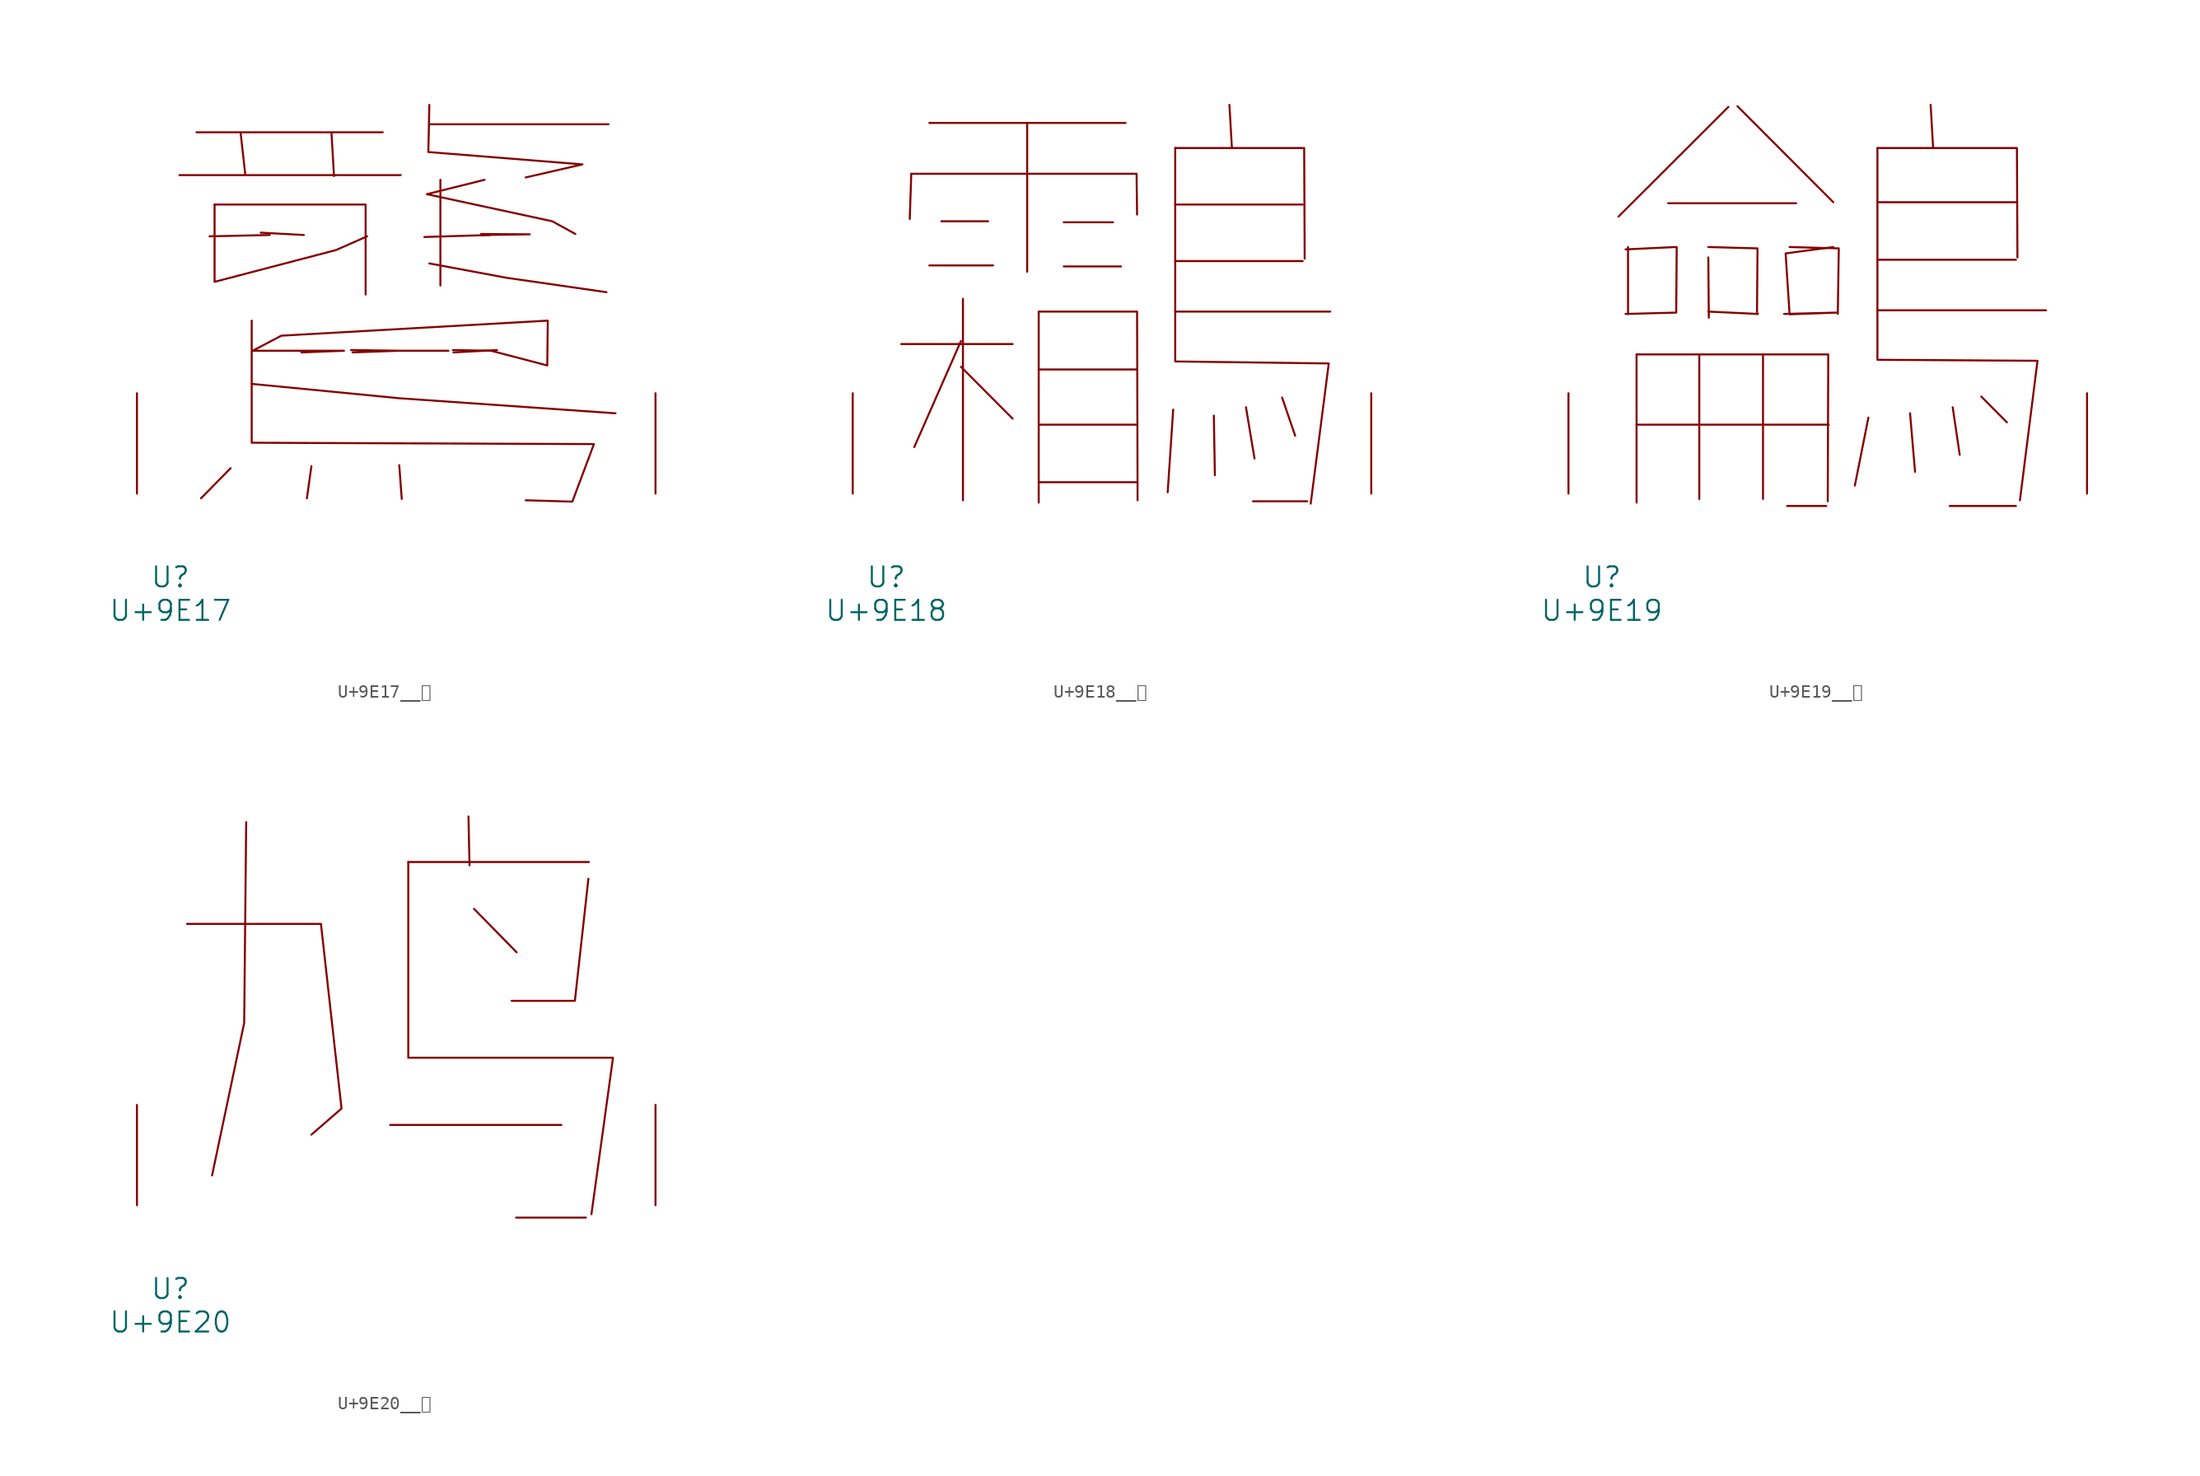
<source format=kicad_sym>
(kicad_symbol_lib
  (version 20231120)
  (generator "kicad_symbol_editor")
  (generator_version "8.0")
  (symbol "U+9E17__鸗"
    (pin_names
      (offset 1.016))
    (property "Reference" "U"
      (at 0 -6.35 0)
      (effects (font (size 1.524 1.524))))
    (property "Value" "U+9E17"
      (at 0 -8.89 0)
      (effects (font (size 1.524 1.524))))
    (symbol "U+9E17__鸗_0_1"
      (polyline (pts (xy 0.686 24.181) (xy 17.488 24.181)) (stroke (width 0) (type solid)) (fill (type none)))
      (polyline (pts (xy 1.981 27.432) (xy 16.116 27.432)) (stroke (width 0) (type solid)) (fill (type none)))
      (polyline (pts (xy 4.572 1.93) (xy 2.324 -0.356)) (stroke (width 0) (type solid)) (fill (type none)))
      (polyline (pts (xy 5.334 27.356) (xy 5.677 24.282)) (stroke (width 0) (type solid)) (fill (type none)))
      (polyline (pts (xy 7.544 19.634) (xy 2.972 19.533)) (stroke (width 0) (type solid)) (fill (type none)))
      (polyline (pts (xy 10.135 19.634) (xy 6.858 19.812)) (stroke (width 0) (type solid)) (fill (type none)))
      (polyline (pts (xy 10.706 2.083) (xy 10.363 -0.356)) (stroke (width 0) (type solid)) (fill (type none)))
      (polyline (pts (xy 12.23 27.356) (xy 12.421 24.105)) (stroke (width 0) (type solid)) (fill (type none)))
      (polyline (pts (xy 17.374 2.159) (xy 17.564 -0.406)) (stroke (width 0) (type solid)) (fill (type none)))
      (polyline (pts (xy 19.66 28.042) (xy 33.261 28.042)) (stroke (width 0) (type solid)) (fill (type none)))
      (polyline (pts (xy 20.498 23.825) (xy 20.498 15.799)) (stroke (width 0) (type solid)) (fill (type none)))
      (polyline (pts (xy 21.488 10.719) (xy 24.803 10.897)) (stroke (width 0) (type solid)) (fill (type none)))
      (polyline (pts (xy 24.27 19.634) (xy 19.279 19.482)) (stroke (width 0) (type solid)) (fill (type none)))
      (polyline (pts (xy 3.353 21.946) (xy 14.821 21.946) (xy 14.821 15.113)) (stroke (width 0) (type solid)) (fill (type none)))
      (polyline (pts (xy 6.172 8.331) (xy 17.374 7.239) (xy 33.795 6.096)) (stroke (width 0) (type solid)) (fill (type none)))
      (polyline (pts (xy 19.66 17.475) (xy 25.527 16.383) (xy 33.109 15.291)) (stroke (width 0) (type solid)) (fill (type none)))
      (polyline (pts (xy 23.66 19.634) (xy 27.28 19.685) (xy 23.584 19.71)) (stroke (width 0) (type solid)) (fill (type none)))
      (polyline (pts (xy 3.353 21.946) (xy 3.353 16.078) (xy 12.573 18.491) (xy 14.935 19.533)) (stroke (width 0) (type solid)) (fill (type none)))
      (polyline (pts (xy 19.66 29.515) (xy 19.583 25.933) (xy 31.28 24.994) (xy 26.975 24.003)) (stroke (width 0) (type solid)) (fill (type none)))
      (polyline (pts (xy 23.851 23.825) (xy 19.469 22.733) (xy 28.994 20.676) (xy 30.747 19.71)) (stroke (width 0) (type solid)) (fill (type none)))
      (polyline (pts (xy 6.172 13.132) (xy 6.172 3.861) (xy 32.156 3.759) (xy 30.518 -0.61) (xy 26.975 -0.508)) (stroke (width 0) (type solid)) (fill (type none)))
      (polyline (pts (xy 13.83 10.719) (xy 17.335 10.846) (xy 21.107 10.846) (xy 17.488 10.846) (xy 13.716 10.897)) (stroke (width 0) (type solid)) (fill (type none)))
      (polyline (pts (xy 9.944 10.719) (xy 13.183 10.846) (xy 9.982 10.846) (xy 6.248 10.846) (xy 8.42 11.989) (xy 28.651 13.132) (xy 28.613 9.728) (xy 24.346 10.846) (xy 21.45 10.897)) (stroke (width 0) (type solid)) (fill (type none)))
      (pin input line (at -2.54 0 90) (length 7.62) (name "~" (effects (font (size 1.27 1.27)))) (number "~" (effects (font (size 1.27 1.27)))))
      (pin input line (at 36.83 0 90) (length 7.62) (name "~" (effects (font (size 1.27 1.27)))) (number "~" (effects (font (size 1.27 1.27)))))))
  (symbol "U+9E18__鸘"
    (pin_names
      (offset 1.016))
    (property "Reference" "U"
      (at 0 -6.35 0)
      (effects (font (size 1.524 1.524))))
    (property "Value" "U+9E18"
      (at 0 -8.89 0)
      (effects (font (size 1.524 1.524))))
    (symbol "U+9E18__鸘_0_1"
      (polyline (pts (xy 1.143 11.354) (xy 9.601 11.354)) (stroke (width 0) (type solid)) (fill (type none)))
      (polyline (pts (xy 1.905 24.282) (xy 1.791 20.853)) (stroke (width 0) (type solid)) (fill (type none)))
      (polyline (pts (xy 3.277 17.323) (xy 8.115 17.323)) (stroke (width 0) (type solid)) (fill (type none)))
      (polyline (pts (xy 3.277 28.143) (xy 18.174 28.143)) (stroke (width 0) (type solid)) (fill (type none)))
      (polyline (pts (xy 4.191 20.676) (xy 7.734 20.676)) (stroke (width 0) (type solid)) (fill (type none)))
      (polyline (pts (xy 5.677 9.627) (xy 9.601 5.69)) (stroke (width 0) (type solid)) (fill (type none)))
      (polyline (pts (xy 5.677 11.582) (xy 2.134 3.531)) (stroke (width 0) (type solid)) (fill (type none)))
      (polyline (pts (xy 5.829 14.783) (xy 5.829 -0.508)) (stroke (width 0) (type solid)) (fill (type none)))
      (polyline (pts (xy 10.706 28.143) (xy 10.706 16.84)) (stroke (width 0) (type solid)) (fill (type none)))
      (polyline (pts (xy 11.582 0.864) (xy 19.05 0.864)) (stroke (width 0) (type solid)) (fill (type none)))
      (polyline (pts (xy 11.582 5.232) (xy 19.05 5.232)) (stroke (width 0) (type solid)) (fill (type none)))
      (polyline (pts (xy 11.582 9.423) (xy 19.05 9.423)) (stroke (width 0) (type solid)) (fill (type none)))
      (polyline (pts (xy 11.582 13.818) (xy 11.582 -0.686)) (stroke (width 0) (type solid)) (fill (type none)))
      (polyline (pts (xy 13.487 17.247) (xy 17.831 17.247)) (stroke (width 0) (type solid)) (fill (type none)))
      (polyline (pts (xy 13.487 20.599) (xy 17.221 20.599)) (stroke (width 0) (type solid)) (fill (type none)))
      (polyline (pts (xy 21.793 6.375) (xy 21.374 0.102)) (stroke (width 0) (type solid)) (fill (type none)))
      (polyline (pts (xy 21.946 13.818) (xy 33.718 13.818)) (stroke (width 0) (type solid)) (fill (type none)))
      (polyline (pts (xy 21.946 17.653) (xy 31.623 17.653)) (stroke (width 0) (type solid)) (fill (type none)))
      (polyline (pts (xy 21.946 21.946) (xy 31.623 21.946)) (stroke (width 0) (type solid)) (fill (type none)))
      (polyline (pts (xy 24.879 5.918) (xy 24.956 1.397)) (stroke (width 0) (type solid)) (fill (type none)))
      (polyline (pts (xy 26.06 29.515) (xy 26.251 26.238)) (stroke (width 0) (type solid)) (fill (type none)))
      (polyline (pts (xy 27.318 6.553) (xy 27.965 2.667)) (stroke (width 0) (type solid)) (fill (type none)))
      (polyline (pts (xy 30.061 7.29) (xy 31.052 4.394)) (stroke (width 0) (type solid)) (fill (type none)))
      (polyline (pts (xy 31.966 -0.584) (xy 27.851 -0.584)) (stroke (width 0) (type solid)) (fill (type none)))
      (polyline (pts (xy 1.905 24.282) (xy 19.012 24.282) (xy 19.05 21.184)) (stroke (width 0) (type solid)) (fill (type none)))
      (polyline (pts (xy 11.582 13.818) (xy 19.05 13.818) (xy 19.088 -0.508)) (stroke (width 0) (type solid)) (fill (type none)))
      (polyline (pts (xy 21.946 26.238) (xy 31.737 26.238) (xy 31.775 17.831)) (stroke (width 0) (type solid)) (fill (type none)))
      (polyline (pts (xy 21.946 26.238) (xy 21.946 10.033) (xy 33.604 9.881) (xy 32.233 -0.762)) (stroke (width 0) (type solid)) (fill (type none)))
      (pin input line (at -2.54 0 90) (length 7.62) (name "~" (effects (font (size 1.27 1.27)))) (number "~" (effects (font (size 1.27 1.27)))))
      (pin input line (at 36.83 0 90) (length 7.62) (name "~" (effects (font (size 1.27 1.27)))) (number "~" (effects (font (size 1.27 1.27)))))))
  (symbol "U+9E19__鸙"
    (pin_names
      (offset 1.016))
    (property "Reference" "U"
      (at 0 -6.35 0)
      (effects (font (size 1.524 1.524))))
    (property "Value" "U+9E19"
      (at 0 -8.89 0)
      (effects (font (size 1.524 1.524))))
    (symbol "U+9E19__鸙_0_1"
      (polyline (pts (xy 1.981 18.72) (xy 1.981 13.64)) (stroke (width 0) (type solid)) (fill (type none)))
      (polyline (pts (xy 2.629 5.232) (xy 17.221 5.232)) (stroke (width 0) (type solid)) (fill (type none)))
      (polyline (pts (xy 2.629 10.566) (xy 2.629 -0.686)) (stroke (width 0) (type solid)) (fill (type none)))
      (polyline (pts (xy 5.029 22.047) (xy 14.745 22.047)) (stroke (width 0) (type solid)) (fill (type none)))
      (polyline (pts (xy 5.601 18.72) (xy 1.791 18.542)) (stroke (width 0) (type solid)) (fill (type none)))
      (polyline (pts (xy 7.391 10.566) (xy 7.391 -0.406)) (stroke (width 0) (type solid)) (fill (type none)))
      (polyline (pts (xy 8.077 13.818) (xy 11.849 13.64)) (stroke (width 0) (type solid)) (fill (type none)))
      (polyline (pts (xy 8.077 17.932) (xy 8.115 13.36)) (stroke (width 0) (type solid)) (fill (type none)))
      (polyline (pts (xy 9.601 29.362) (xy 1.257 21.031)) (stroke (width 0) (type solid)) (fill (type none)))
      (polyline (pts (xy 10.287 29.413) (xy 17.564 22.123)) (stroke (width 0) (type solid)) (fill (type none)))
      (polyline (pts (xy 12.23 10.566) (xy 12.23 -0.406)) (stroke (width 0) (type solid)) (fill (type none)))
      (polyline (pts (xy 14.059 -0.94) (xy 17.031 -0.94)) (stroke (width 0) (type solid)) (fill (type none)))
      (polyline (pts (xy 20.231 5.766) (xy 19.202 0.61)) (stroke (width 0) (type solid)) (fill (type none)))
      (polyline (pts (xy 20.917 13.919) (xy 33.718 13.919)) (stroke (width 0) (type solid)) (fill (type none)))
      (polyline (pts (xy 20.917 17.755) (xy 31.433 17.755)) (stroke (width 0) (type solid)) (fill (type none)))
      (polyline (pts (xy 20.917 22.123) (xy 31.433 22.123)) (stroke (width 0) (type solid)) (fill (type none)))
      (polyline (pts (xy 23.393 6.096) (xy 23.774 1.651)) (stroke (width 0) (type solid)) (fill (type none)))
      (polyline (pts (xy 24.956 29.515) (xy 25.146 26.238)) (stroke (width 0) (type solid)) (fill (type none)))
      (polyline (pts (xy 26.403 -0.94) (xy 31.433 -0.94)) (stroke (width 0) (type solid)) (fill (type none)))
      (polyline (pts (xy 26.632 6.553) (xy 27.165 2.946)) (stroke (width 0) (type solid)) (fill (type none)))
      (polyline (pts (xy 28.804 7.366) (xy 30.747 5.41)) (stroke (width 0) (type solid)) (fill (type none)))
      (polyline (pts (xy 2.629 10.566) (xy 17.183 10.566) (xy 17.145 -0.584)) (stroke (width 0) (type solid)) (fill (type none)))
      (polyline (pts (xy 5.677 18.72) (xy 5.639 13.741) (xy 1.791 13.64)) (stroke (width 0) (type solid)) (fill (type none)))
      (polyline (pts (xy 8.077 18.72) (xy 11.811 18.618) (xy 11.773 13.64)) (stroke (width 0) (type solid)) (fill (type none)))
      (polyline (pts (xy 14.249 18.72) (xy 17.983 18.618) (xy 17.907 13.64)) (stroke (width 0) (type solid)) (fill (type none)))
      (polyline (pts (xy 20.917 26.238) (xy 31.509 26.238) (xy 31.547 17.932)) (stroke (width 0) (type solid)) (fill (type none)))
      (polyline (pts (xy 20.917 26.238) (xy 20.917 10.16) (xy 33.071 10.084) (xy 31.737 -0.508)) (stroke (width 0) (type solid)) (fill (type none)))
      (polyline (pts (xy 17.564 18.72) (xy 13.945 18.237) (xy 14.249 13.614) (xy 17.793 13.741) (xy 13.83 13.64)) (stroke (width 0) (type solid)) (fill (type none)))
      (pin input line (at -2.54 0 90) (length 7.62) (name "~" (effects (font (size 1.27 1.27)))) (number "~" (effects (font (size 1.27 1.27)))))
      (pin input line (at 36.83 0 90) (length 7.62) (name "~" (effects (font (size 1.27 1.27)))) (number "~" (effects (font (size 1.27 1.27)))))))
  (symbol "U+9E20__鸠"
    (pin_names
      (offset 1.016))
    (property "Reference" "U"
      (at 0 -6.35 0)
      (effects (font (size 1.524 1.524))))
    (property "Value" "U+9E20"
      (at 0 -8.89 0)
      (effects (font (size 1.524 1.524))))
    (symbol "U+9E20__鸠_0_1"
      (polyline (pts (xy 16.688 6.096) (xy 29.68 6.096)) (stroke (width 0) (type solid)) (fill (type none)))
      (polyline (pts (xy 18.059 26.06) (xy 31.775 26.06)) (stroke (width 0) (type solid)) (fill (type none)))
      (polyline (pts (xy 22.631 29.515) (xy 22.708 25.806)) (stroke (width 0) (type solid)) (fill (type none)))
      (polyline (pts (xy 23.05 22.504) (xy 26.289 19.202)) (stroke (width 0) (type solid)) (fill (type none)))
      (polyline (pts (xy 25.908 15.519) (xy 30.594 15.519)) (stroke (width 0) (type solid)) (fill (type none)))
      (polyline (pts (xy 26.251 -0.94) (xy 31.547 -0.94)) (stroke (width 0) (type solid)) (fill (type none)))
      (polyline (pts (xy 31.737 24.79) (xy 30.709 15.519)) (stroke (width 0) (type solid)) (fill (type none)))
      (polyline (pts (xy 5.753 29.083) (xy 5.601 13.843) (xy 3.162 2.261)) (stroke (width 0) (type solid)) (fill (type none)))
      (polyline (pts (xy 1.257 21.361) (xy 11.43 21.361) (xy 12.992 7.341) (xy 10.706 5.359)) (stroke (width 0) (type solid)) (fill (type none)))
      (polyline (pts (xy 18.059 26.06) (xy 18.059 11.201) (xy 33.604 11.201) (xy 31.966 -0.686)) (stroke (width 0) (type solid)) (fill (type none)))
      (pin input line (at -2.54 0 90) (length 7.62) (name "~" (effects (font (size 1.27 1.27)))) (number "~" (effects (font (size 1.27 1.27)))))
      (pin input line (at 36.83 0 90) (length 7.62) (name "~" (effects (font (size 1.27 1.27)))) (number "~" (effects (font (size 1.27 1.27))))))))
</source>
